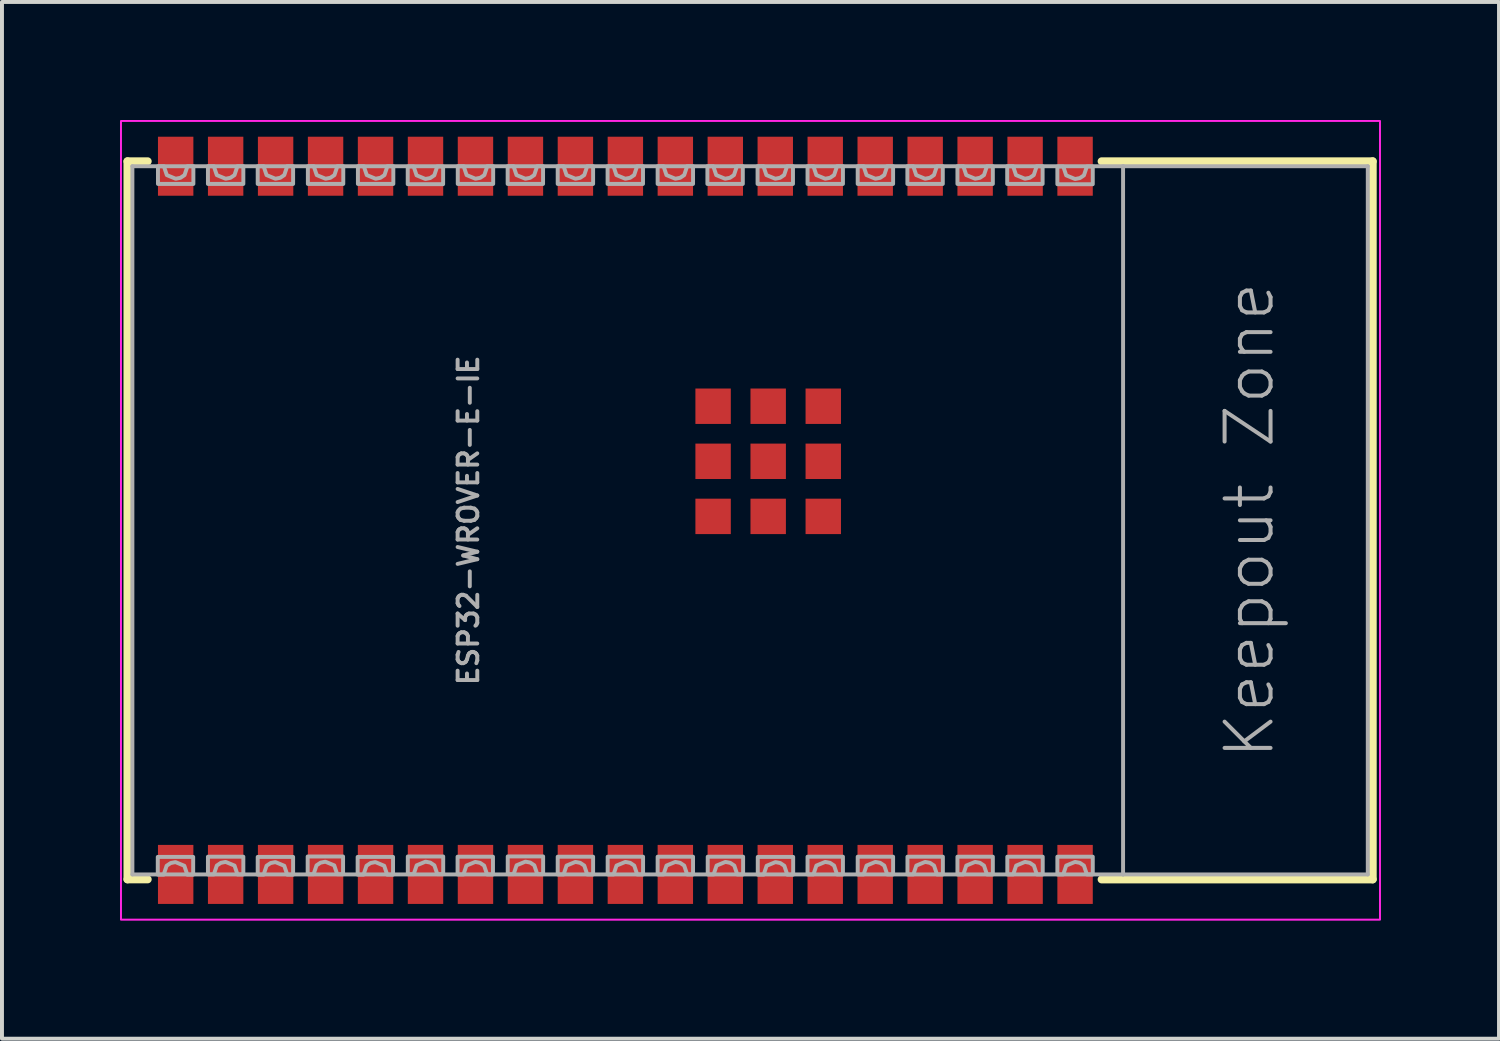
<source format=kicad_pcb>
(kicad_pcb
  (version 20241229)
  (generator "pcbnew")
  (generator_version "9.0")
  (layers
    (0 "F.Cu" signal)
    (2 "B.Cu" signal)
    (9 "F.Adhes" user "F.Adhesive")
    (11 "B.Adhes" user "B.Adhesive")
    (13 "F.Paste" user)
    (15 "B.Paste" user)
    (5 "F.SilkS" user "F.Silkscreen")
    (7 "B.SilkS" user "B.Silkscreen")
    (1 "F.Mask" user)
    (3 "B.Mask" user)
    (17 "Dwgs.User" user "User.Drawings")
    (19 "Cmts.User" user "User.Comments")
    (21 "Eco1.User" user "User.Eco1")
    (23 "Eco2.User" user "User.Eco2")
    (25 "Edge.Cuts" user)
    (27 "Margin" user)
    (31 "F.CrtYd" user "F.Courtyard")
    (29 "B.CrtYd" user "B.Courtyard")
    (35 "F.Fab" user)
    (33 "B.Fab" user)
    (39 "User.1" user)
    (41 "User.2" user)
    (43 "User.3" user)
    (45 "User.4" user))
  (footprint "ESP32-WROVER-E-IE"
    (layer "F.Cu")
    (at 16.475 10.175)
    (property "Reference" "ESP32-WROVER-E-IE" (at -7.62 0 90) (layer "F.Fab") (effects (font (size 0.5 0.5) (thickness 0.1) (bold yes))))
    (attr smd)
    (fp_line (start -16.285 -9.125) (end -15.771 -9.125) (stroke (width 0.203) (type solid)) (layer "F.SilkS"))
    (fp_line (start -16.285 9.125) (end -16.285 -9.125) (stroke (width 0.203) (type solid)) (layer "F.SilkS"))
    (fp_line (start -16.285 9.125) (end -15.771 9.125) (stroke (width 0.203) (type solid)) (layer "F.SilkS"))
    (fp_line (start 8.475 -9.125) (end 15.365 -9.125) (stroke (width 0.203) (type solid)) (layer "F.SilkS"))
    (fp_line (start 8.475 9.127) (end 15.365 9.127) (stroke (width 0.203) (type solid)) (layer "F.SilkS"))
    (fp_line (start 15.365 -9.125) (end 15.365 9.125) (stroke (width 0.203) (type solid)) (layer "F.SilkS"))
    (fp_poly (pts (xy -15.56 -8.205) (xy -14.56 -8.205) (xy -14.56 -10.005) (xy -15.56 -10.005)) (stroke (width 0) (type default)) (fill yes) (layer "F.Paste"))
    (fp_poly (pts (xy -14.56 8.2) (xy -15.56 8.2) (xy -15.56 10) (xy -14.56 10)) (stroke (width 0) (type default)) (fill yes) (layer "F.Paste"))
    (fp_poly (pts (xy -14.29 -8.2) (xy -13.29 -8.2) (xy -13.29 -10) (xy -14.29 -10)) (stroke (width 0) (type default)) (fill yes) (layer "F.Paste"))
    (fp_poly (pts (xy -13.29 8.2) (xy -14.29 8.2) (xy -14.29 10) (xy -13.29 10)) (stroke (width 0) (type default)) (fill yes) (layer "F.Paste"))
    (fp_poly (pts (xy -13.025 -8.2) (xy -12.025 -8.2) (xy -12.025 -10) (xy -13.025 -10)) (stroke (width 0) (type default)) (fill yes) (layer "F.Paste"))
    (fp_poly (pts (xy -12.02 8.2) (xy -13.02 8.2) (xy -13.02 10) (xy -12.02 10)) (stroke (width 0) (type default)) (fill yes) (layer "F.Paste"))
    (fp_poly (pts (xy -11.75 -8.2) (xy -10.75 -8.2) (xy -10.75 -10) (xy -11.75 -10)) (stroke (width 0) (type default)) (fill yes) (layer "F.Paste"))
    (fp_poly (pts (xy -10.75 8.2) (xy -11.75 8.2) (xy -11.75 10) (xy -10.75 10)) (stroke (width 0) (type default)) (fill yes) (layer "F.Paste"))
    (fp_poly (pts (xy -10.475 -8.2) (xy -9.475 -8.2) (xy -9.475 -10) (xy -10.475 -10)) (stroke (width 0) (type default)) (fill yes) (layer "F.Paste"))
    (fp_poly (pts (xy -9.48 8.2) (xy -10.48 8.2) (xy -10.48 10) (xy -9.48 10)) (stroke (width 0) (type default)) (fill yes) (layer "F.Paste"))
    (fp_poly (pts (xy -9.21 -8.2) (xy -8.21 -8.2) (xy -8.21 -10) (xy -9.21 -10)) (stroke (width 0) (type default)) (fill yes) (layer "F.Paste"))
    (fp_poly (pts (xy -8.21 8.2) (xy -9.21 8.2) (xy -9.21 10) (xy -8.21 10)) (stroke (width 0) (type default)) (fill yes) (layer "F.Paste"))
    (fp_poly (pts (xy -7.94 -8.2) (xy -6.94 -8.2) (xy -6.94 -10) (xy -7.94 -10)) (stroke (width 0) (type default)) (fill yes) (layer "F.Paste"))
    (fp_poly (pts (xy -6.94 8.2) (xy -7.94 8.2) (xy -7.94 10) (xy -6.94 10)) (stroke (width 0) (type default)) (fill yes) (layer "F.Paste"))
    (fp_poly (pts (xy -6.675 -8.2) (xy -5.675 -8.2) (xy -5.675 -10) (xy -6.675 -10)) (stroke (width 0) (type default)) (fill yes) (layer "F.Paste"))
    (fp_poly (pts (xy -5.675 8.2) (xy -6.675 8.2) (xy -6.675 10) (xy -5.675 10)) (stroke (width 0) (type default)) (fill yes) (layer "F.Paste"))
    (fp_poly (pts (xy -5.4 -8.2) (xy -4.4 -8.2) (xy -4.4 -10) (xy -5.4 -10)) (stroke (width 0) (type default)) (fill yes) (layer "F.Paste"))
    (fp_poly (pts (xy -4.4 8.2) (xy -5.4 8.2) (xy -5.4 10) (xy -4.4 10)) (stroke (width 0) (type default)) (fill yes) (layer "F.Paste"))
    (fp_poly (pts (xy -4.13 -8.2) (xy -3.13 -8.2) (xy -3.13 -10) (xy -4.13 -10)) (stroke (width 0) (type default)) (fill yes) (layer "F.Paste"))
    (fp_poly (pts (xy -3.125 8.2) (xy -4.125 8.2) (xy -4.125 10) (xy -3.125 10)) (stroke (width 0) (type default)) (fill yes) (layer "F.Paste"))
    (fp_poly (pts (xy -2.86 -8.2) (xy -1.86 -8.2) (xy -1.86 -10) (xy -2.86 -10)) (stroke (width 0) (type default)) (fill yes) (layer "F.Paste"))
    (fp_poly (pts (xy -1.86 8.2) (xy -2.86 8.2) (xy -2.86 10) (xy -1.86 10)) (stroke (width 0) (type default)) (fill yes) (layer "F.Paste"))
    (fp_poly (pts (xy -1.59 -8.2) (xy -0.59 -8.2) (xy -0.59 -10) (xy -1.59 -10)) (stroke (width 0) (type default)) (fill yes) (layer "F.Paste"))
    (fp_poly (pts (xy -0.59 8.2) (xy -1.59 8.2) (xy -1.59 10) (xy -0.59 10)) (stroke (width 0) (type default)) (fill yes) (layer "F.Paste"))
    (fp_poly (pts (xy -0.32 -8.2) (xy 0.68 -8.2) (xy 0.68 -10) (xy -0.32 -10)) (stroke (width 0) (type default)) (fill yes) (layer "F.Paste"))
    (fp_poly (pts (xy 0.68 8.2) (xy -0.32 8.2) (xy -0.32 10) (xy 0.68 10)) (stroke (width 0) (type default)) (fill yes) (layer "F.Paste"))
    (fp_poly (pts (xy 0.95 -8.2) (xy 1.95 -8.2) (xy 1.95 -10) (xy 0.95 -10)) (stroke (width 0) (type default)) (fill yes) (layer "F.Paste"))
    (fp_poly (pts (xy 1.95 8.2) (xy 0.95 8.2) (xy 0.95 10) (xy 1.95 10)) (stroke (width 0) (type default)) (fill yes) (layer "F.Paste"))
    (fp_poly (pts (xy 2.225 -8.2) (xy 3.225 -8.2) (xy 3.225 -10) (xy 2.225 -10)) (stroke (width 0) (type default)) (fill yes) (layer "F.Paste"))
    (fp_poly (pts (xy 3.225 8.2) (xy 2.225 8.2) (xy 2.225 10) (xy 3.225 10)) (stroke (width 0) (type default)) (fill yes) (layer "F.Paste"))
    (fp_poly (pts (xy 3.49 -8.2) (xy 4.49 -8.2) (xy 4.49 -10) (xy 3.49 -10)) (stroke (width 0) (type default)) (fill yes) (layer "F.Paste"))
    (fp_poly (pts (xy 4.49 8.2) (xy 3.49 8.2) (xy 3.49 10) (xy 4.49 10)) (stroke (width 0) (type default)) (fill yes) (layer "F.Paste"))
    (fp_poly (pts (xy 4.76 -8.2) (xy 5.76 -8.2) (xy 5.76 -10) (xy 4.76 -10)) (stroke (width 0) (type default)) (fill yes) (layer "F.Paste"))
    (fp_poly (pts (xy 5.76 8.2) (xy 4.76 8.2) (xy 4.76 10) (xy 5.76 10)) (stroke (width 0) (type default)) (fill yes) (layer "F.Paste"))
    (fp_poly (pts (xy 6.025 -8.2) (xy 7.025 -8.2) (xy 7.025 -10) (xy 6.025 -10)) (stroke (width 0) (type default)) (fill yes) (layer "F.Paste"))
    (fp_poly (pts (xy 7.025 8.2) (xy 6.025 8.2) (xy 6.025 10) (xy 7.025 10)) (stroke (width 0) (type default)) (fill yes) (layer "F.Paste"))
    (fp_poly (pts (xy 7.3 -8.2) (xy 8.3 -8.2) (xy 8.3 -10) (xy 7.3 -10)) (stroke (width 0) (type default)) (fill yes) (layer "F.Paste"))
    (fp_poly (pts (xy 8.3 8.2) (xy 7.3 8.2) (xy 7.3 10) (xy 8.3 10)) (stroke (width 0) (type default)) (fill yes) (layer "F.Paste"))
    (fp_rect (start 15.55 -10.15) (end -16.45 10.15) (stroke (width 0.05) (type default)) (fill no) (layer "F.CrtYd"))
    (fp_line (start -16.16 -9) (end 9.02 -9) (stroke (width 0.1) (type solid)) (layer "F.Fab"))
    (fp_line (start -16.16 9) (end -16.16 -9) (stroke (width 0.1) (type solid)) (layer "F.Fab"))
    (fp_line (start 9.02 -9) (end 15.24 -9) (stroke (width 0.1) (type solid)) (layer "F.Fab"))
    (fp_line (start 9.02 9) (end -16.16 9) (stroke (width 0.1) (type solid)) (layer "F.Fab"))
    (fp_line (start 9.02 9) (end 9.02 -9) (stroke (width 0.1) (type solid)) (layer "F.Fab"))
    (fp_line (start 15.24 -9) (end 15.24 9) (stroke (width 0.1) (type solid)) (layer "F.Fab"))
    (fp_line (start 15.24 9) (end 9.02 9) (stroke (width 0.1) (type solid)) (layer "F.Fab"))
    (fp_poly (pts (xy -15.51 -8.55) (xy -15.51 -9) (xy -15.36 -9) (xy -15.285 -8.775) (xy -15.06 -8.682) (xy -14.938 -8.706) (xy -14.835 -8.775) (xy -14.76 -9) (xy -14.76 -9) (xy -14.61 -9) (xy -14.61 -8.55)) (stroke (width 0.1) (type default)) (fill no) (layer "F.Fab"))
    (fp_poly (pts (xy -14.615 8.555) (xy -14.615 9.005) (xy -14.765 9.005) (xy -14.84 8.78) (xy -14.84 8.78) (xy -15.065 8.687) (xy -15.187 8.711) (xy -15.29 8.78) (xy -15.365 9.005) (xy -15.515 9.005) (xy -15.515 8.555)) (stroke (width 0.1) (type default)) (fill no) (layer "F.Fab"))
    (fp_poly (pts (xy -14.24 -8.55) (xy -14.24 -9) (xy -14.09 -9) (xy -14.015 -8.775) (xy -13.79 -8.682) (xy -13.668 -8.706) (xy -13.565 -8.775) (xy -13.49 -9) (xy -13.49 -9) (xy -13.34 -9) (xy -13.34 -8.55)) (stroke (width 0.1) (type default)) (fill no) (layer "F.Fab"))
    (fp_poly (pts (xy -13.34 8.55) (xy -13.34 9) (xy -13.49 9) (xy -13.565 8.775) (xy -13.565 8.775) (xy -13.79 8.682) (xy -13.912 8.706) (xy -14.015 8.775) (xy -14.09 9) (xy -14.24 9) (xy -14.24 8.55)) (stroke (width 0.1) (type default)) (fill no) (layer "F.Fab"))
    (fp_poly (pts (xy -12.975 -8.55) (xy -12.975 -9) (xy -12.825 -9) (xy -12.75 -8.775) (xy -12.525 -8.682) (xy -12.403 -8.706) (xy -12.3 -8.775) (xy -12.225 -9) (xy -12.225 -9) (xy -12.075 -9) (xy -12.075 -8.55)) (stroke (width 0.1) (type default)) (fill no) (layer "F.Fab"))
    (fp_poly (pts (xy -12.075 8.555) (xy -12.075 9.005) (xy -12.225 9.005) (xy -12.3 8.78) (xy -12.3 8.78) (xy -12.525 8.687) (xy -12.647 8.711) (xy -12.75 8.78) (xy -12.825 9.005) (xy -12.975 9.005) (xy -12.975 8.555)) (stroke (width 0.1) (type default)) (fill no) (layer "F.Fab"))
    (fp_poly (pts (xy -11.7 -8.55) (xy -11.7 -9) (xy -11.55 -9) (xy -11.475 -8.775) (xy -11.25 -8.682) (xy -11.128 -8.706) (xy -11.025 -8.775) (xy -10.95 -9) (xy -10.95 -9) (xy -10.8 -9) (xy -10.8 -8.55)) (stroke (width 0.1) (type default)) (fill no) (layer "F.Fab"))
    (fp_poly (pts (xy -10.805 8.545) (xy -10.805 8.995) (xy -10.955 8.995) (xy -11.03 8.77) (xy -11.03 8.77) (xy -11.255 8.677) (xy -11.377 8.701) (xy -11.48 8.77) (xy -11.555 8.995) (xy -11.705 8.995) (xy -11.705 8.545)) (stroke (width 0.1) (type default)) (fill no) (layer "F.Fab"))
    (fp_poly (pts (xy -10.428 -8.55) (xy -10.428 -9) (xy -10.278 -9) (xy -10.203 -8.775) (xy -9.978 -8.682) (xy -9.856 -8.706) (xy -9.753 -8.775) (xy -9.678 -9) (xy -9.678 -9) (xy -9.528 -9) (xy -9.528 -8.55)) (stroke (width 0.1) (type default)) (fill no) (layer "F.Fab"))
    (fp_poly (pts (xy -9.535 8.555) (xy -9.535 9.005) (xy -9.685 9.005) (xy -9.76 8.78) (xy -9.76 8.78) (xy -9.985 8.687) (xy -10.107 8.711) (xy -10.21 8.78) (xy -10.285 9.005) (xy -10.435 9.005) (xy -10.435 8.555)) (stroke (width 0.1) (type default)) (fill no) (layer "F.Fab"))
    (fp_poly (pts (xy -8.937 -8.769) (xy -8.937 -8.769) (xy -8.712 -8.676) (xy -8.59 -8.7) (xy -8.487 -8.769) (xy -8.412 -8.994) (xy -8.262 -8.994) (xy -8.262 -8.544) (xy -9.162 -8.544) (xy -9.162 -8.994) (xy -9.012 -8.994)) (stroke (width 0.1) (type default)) (fill no) (layer "F.Fab"))
    (fp_poly (pts (xy -8.26 8.994) (xy -8.41 8.994) (xy -8.485 8.769) (xy -8.588 8.7) (xy -8.71 8.676) (xy -8.935 8.769) (xy -8.935 8.769) (xy -9.01 8.994) (xy -9.16 8.994) (xy -9.16 8.544) (xy -8.26 8.544)) (stroke (width 0.1) (type default)) (fill no) (layer "F.Fab"))
    (fp_poly (pts (xy -7.665 -8.775) (xy -7.665 -8.775) (xy -7.44 -8.682) (xy -7.318 -8.706) (xy -7.215 -8.775) (xy -7.14 -9) (xy -6.99 -9) (xy -6.99 -8.55) (xy -7.89 -8.55) (xy -7.89 -9) (xy -7.74 -9)) (stroke (width 0.1) (type default)) (fill no) (layer "F.Fab"))
    (fp_poly (pts (xy -6.995 9) (xy -7.145 9) (xy -7.22 8.775) (xy -7.323 8.706) (xy -7.445 8.682) (xy -7.67 8.775) (xy -7.67 8.775) (xy -7.745 9) (xy -7.895 9) (xy -7.895 8.55) (xy -6.995 8.55)) (stroke (width 0.1) (type default)) (fill no) (layer "F.Fab"))
    (fp_poly (pts (xy -6.397 -8.775) (xy -6.397 -8.775) (xy -6.172 -8.682) (xy -6.05 -8.706) (xy -5.947 -8.775) (xy -5.872 -9) (xy -5.722 -9) (xy -5.722 -8.55) (xy -6.622 -8.55) (xy -6.622 -9) (xy -6.472 -9)) (stroke (width 0.1) (type default)) (fill no) (layer "F.Fab"))
    (fp_poly (pts (xy -5.72 8.993) (xy -5.87 8.993) (xy -5.945 8.768) (xy -6.048 8.699) (xy -6.17 8.675) (xy -6.395 8.768) (xy -6.395 8.768) (xy -6.47 8.993) (xy -6.62 8.993) (xy -6.62 8.543) (xy -5.72 8.543)) (stroke (width 0.1) (type default)) (fill no) (layer "F.Fab"))
    (fp_poly (pts (xy -5.125 -8.775) (xy -5.125 -8.775) (xy -4.9 -8.682) (xy -4.778 -8.706) (xy -4.675 -8.775) (xy -4.6 -9) (xy -4.45 -9) (xy -4.45 -8.55) (xy -5.35 -8.55) (xy -5.35 -9) (xy -5.2 -9)) (stroke (width 0.1) (type default)) (fill no) (layer "F.Fab"))
    (fp_poly (pts (xy -4.45 9) (xy -4.6 9) (xy -4.675 8.775) (xy -4.778 8.706) (xy -4.9 8.682) (xy -5.125 8.775) (xy -5.125 8.775) (xy -5.2 9) (xy -5.35 9) (xy -5.35 8.55) (xy -4.45 8.55)) (stroke (width 0.1) (type default)) (fill no) (layer "F.Fab"))
    (fp_poly (pts (xy -3.857 -8.775) (xy -3.857 -8.775) (xy -3.632 -8.682) (xy -3.51 -8.706) (xy -3.407 -8.775) (xy -3.332 -9) (xy -3.182 -9) (xy -3.182 -8.55) (xy -4.082 -8.55) (xy -4.082 -9) (xy -3.932 -9)) (stroke (width 0.1) (type default)) (fill no) (layer "F.Fab"))
    (fp_poly (pts (xy -3.18 9) (xy -3.33 9) (xy -3.405 8.775) (xy -3.508 8.706) (xy -3.63 8.682) (xy -3.855 8.775) (xy -3.855 8.775) (xy -3.93 9) (xy -4.08 9) (xy -4.08 8.55) (xy -3.18 8.55)) (stroke (width 0.1) (type default)) (fill no) (layer "F.Fab"))
    (fp_poly (pts (xy -2.585 -8.775) (xy -2.585 -8.775) (xy -2.36 -8.682) (xy -2.238 -8.706) (xy -2.135 -8.775) (xy -2.06 -9) (xy -1.91 -9) (xy -1.91 -8.55) (xy -2.81 -8.55) (xy -2.81 -9) (xy -2.66 -9)) (stroke (width 0.1) (type default)) (fill no) (layer "F.Fab"))
    (fp_poly (pts (xy -1.91 9) (xy -2.06 9) (xy -2.135 8.775) (xy -2.238 8.706) (xy -2.36 8.682) (xy -2.585 8.775) (xy -2.585 8.775) (xy -2.66 9) (xy -2.81 9) (xy -2.81 8.55) (xy -1.91 8.55)) (stroke (width 0.1) (type default)) (fill no) (layer "F.Fab"))
    (fp_poly (pts (xy -1.32 -8.775) (xy -1.32 -8.775) (xy -1.095 -8.682) (xy -0.973 -8.706) (xy -0.87 -8.775) (xy -0.795 -9) (xy -0.645 -9) (xy -0.645 -8.55) (xy -1.545 -8.55) (xy -1.545 -9) (xy -1.395 -9)) (stroke (width 0.1) (type default)) (fill no) (layer "F.Fab"))
    (fp_poly (pts (xy -0.637 9) (xy -0.787 9) (xy -0.862 8.775) (xy -0.965 8.706) (xy -1.087 8.682) (xy -1.312 8.775) (xy -1.312 8.775) (xy -1.387 9) (xy -1.537 9) (xy -1.537 8.55) (xy -0.637 8.55)) (stroke (width 0.1) (type default)) (fill no) (layer "F.Fab"))
    (fp_poly (pts (xy -0.045 -8.775) (xy -0.045 -8.775) (xy 0.18 -8.682) (xy 0.301 -8.706) (xy 0.405 -8.775) (xy 0.48 -9) (xy 0.63 -9) (xy 0.63 -8.55) (xy -0.27 -8.55) (xy -0.27 -9) (xy -0.12 -9)) (stroke (width 0.1) (type default)) (fill no) (layer "F.Fab"))
    (fp_poly (pts (xy 0.635 9.005) (xy 0.485 9.005) (xy 0.41 8.78) (xy 0.307 8.711) (xy 0.185 8.687) (xy -0.04 8.78) (xy -0.04 8.78) (xy -0.115 9.005) (xy -0.265 9.005) (xy -0.265 8.555) (xy 0.635 8.555)) (stroke (width 0.1) (type default)) (fill no) (layer "F.Fab"))
    (fp_poly (pts (xy 1.75 -9) (xy 1.9 -9) (xy 1.9 -8.55) (xy 1 -8.55) (xy 1 -9) (xy 1.15 -9) (xy 1.225 -8.775) (xy 1.45 -8.682) (xy 1.572 -8.706) (xy 1.675 -8.775) (xy 1.75 -9)) (stroke (width 0.1) (type default)) (fill no) (layer "F.Fab"))
    (fp_poly (pts (xy 1.9 9) (xy 1.75 9) (xy 1.75 9) (xy 1.675 8.775) (xy 1.572 8.706) (xy 1.45 8.682) (xy 1.225 8.775) (xy 1.15 9) (xy 1 9) (xy 1 8.55) (xy 1.9 8.55)) (stroke (width 0.1) (type default)) (fill no) (layer "F.Fab"))
    (fp_poly (pts (xy 3.025 -9) (xy 3.175 -9) (xy 3.175 -8.55) (xy 2.275 -8.55) (xy 2.275 -9) (xy 2.425 -9) (xy 2.5 -8.775) (xy 2.725 -8.682) (xy 2.847 -8.706) (xy 2.95 -8.775) (xy 3.025 -9)) (stroke (width 0.1) (type default)) (fill no) (layer "F.Fab"))
    (fp_poly (pts (xy 3.175 9) (xy 3.025 9) (xy 3.025 9) (xy 2.95 8.775) (xy 2.847 8.706) (xy 2.725 8.682) (xy 2.5 8.775) (xy 2.425 9) (xy 2.275 9) (xy 2.275 8.55) (xy 3.175 8.55)) (stroke (width 0.1) (type default)) (fill no) (layer "F.Fab"))
    (fp_poly (pts (xy 4.288 -9) (xy 4.438 -9) (xy 4.438 -8.55) (xy 3.538 -8.55) (xy 3.538 -9) (xy 3.688 -9) (xy 3.763 -8.775) (xy 3.988 -8.682) (xy 4.11 -8.706) (xy 4.213 -8.775) (xy 4.288 -9)) (stroke (width 0.1) (type default)) (fill no) (layer "F.Fab"))
    (fp_poly (pts (xy 4.44 9) (xy 4.29 9) (xy 4.29 9) (xy 4.215 8.775) (xy 4.112 8.706) (xy 3.99 8.682) (xy 3.765 8.775) (xy 3.69 9) (xy 3.54 9) (xy 3.54 8.55) (xy 4.44 8.55)) (stroke (width 0.1) (type default)) (fill no) (layer "F.Fab"))
    (fp_poly (pts (xy 5.56 -9) (xy 5.71 -9) (xy 5.71 -8.55) (xy 4.81 -8.55) (xy 4.81 -9) (xy 4.96 -9) (xy 5.035 -8.775) (xy 5.26 -8.682) (xy 5.382 -8.706) (xy 5.485 -8.775) (xy 5.56 -9)) (stroke (width 0.1) (type default)) (fill no) (layer "F.Fab"))
    (fp_poly (pts (xy 5.71 9) (xy 5.56 9) (xy 5.56 9) (xy 5.485 8.775) (xy 5.382 8.706) (xy 5.26 8.682) (xy 5.035 8.775) (xy 4.96 9) (xy 4.81 9) (xy 4.81 8.55) (xy 5.71 8.55)) (stroke (width 0.1) (type default)) (fill no) (layer "F.Fab"))
    (fp_poly (pts (xy 6.825 -9) (xy 6.975 -9) (xy 6.975 -8.55) (xy 6.075 -8.55) (xy 6.075 -9) (xy 6.225 -9) (xy 6.3 -8.775) (xy 6.525 -8.682) (xy 6.647 -8.706) (xy 6.75 -8.775) (xy 6.825 -9)) (stroke (width 0.1) (type default)) (fill no) (layer "F.Fab"))
    (fp_poly (pts (xy 6.978 9) (xy 6.828 9) (xy 6.828 9) (xy 6.753 8.775) (xy 6.65 8.706) (xy 6.528 8.682) (xy 6.303 8.775) (xy 6.228 9) (xy 6.078 9) (xy 6.078 8.55) (xy 6.978 8.55)) (stroke (width 0.1) (type default)) (fill no) (layer "F.Fab"))
    (fp_poly (pts (xy 8.1 -8.993) (xy 8.25 -8.993) (xy 8.25 -8.543) (xy 7.35 -8.543) (xy 7.35 -8.993) (xy 7.5 -8.993) (xy 7.575 -8.768) (xy 7.8 -8.675) (xy 7.922 -8.699) (xy 8.025 -8.768) (xy 8.1 -8.993)) (stroke (width 0.1) (type default)) (fill no) (layer "F.Fab"))
    (fp_poly (pts (xy 8.25 9) (xy 8.1 9) (xy 8.1 9) (xy 8.025 8.775) (xy 7.922 8.706) (xy 7.8 8.682) (xy 7.575 8.775) (xy 7.5 9) (xy 7.35 9) (xy 7.35 8.55) (xy 8.25 8.55)) (stroke (width 0.1) (type default)) (fill no) (layer "F.Fab"))
    (fp_text user "Keepout Zone" (at 11.55 0 90) (layer "F.Fab") (effects (font (size 1.168 1.168) (thickness 0.102)) (justify top)))
    (pad "1" smd rect (at 7.8 -9) (size 0.9 1.5) (layers "F.Cu" "F.Mask"))
    (pad "2" smd rect (at 6.53 -9) (size 0.9 1.5) (layers "F.Cu" "F.Mask"))
    (pad "3" smd rect (at 5.26 -9) (size 0.9 1.5) (layers "F.Cu" "F.Mask"))
    (pad "4" smd rect (at 3.99 -9) (size 0.9 1.5) (layers "F.Cu" "F.Mask"))
    (pad "5" smd rect (at 2.72 -9) (size 0.9 1.5) (layers "F.Cu" "F.Mask"))
    (pad "6" smd rect (at 1.45 -9) (size 0.9 1.5) (layers "F.Cu" "F.Mask"))
    (pad "7" smd rect (at 0.18 -9) (size 0.9 1.5) (layers "F.Cu" "F.Mask"))
    (pad "8" smd rect (at -1.09 -9) (size 0.9 1.5) (layers "F.Cu" "F.Mask"))
    (pad "9" smd rect (at -2.36 -9) (size 0.9 1.5) (layers "F.Cu" "F.Mask"))
    (pad "10" smd rect (at -3.63 -9) (size 0.9 1.5) (layers "F.Cu" "F.Mask"))
    (pad "11" smd rect (at -4.9 -9) (size 0.9 1.5) (layers "F.Cu" "F.Mask"))
    (pad "12" smd rect (at -6.17 -9) (size 0.9 1.5) (layers "F.Cu" "F.Mask"))
    (pad "13" smd rect (at -7.44 -9) (size 0.9 1.5) (layers "F.Cu" "F.Mask"))
    (pad "14" smd rect (at -8.71 -9) (size 0.9 1.5) (layers "F.Cu" "F.Mask"))
    (pad "15" smd rect (at -9.98 -9) (size 0.9 1.5) (layers "F.Cu" "F.Mask"))
    (pad "16" smd rect (at -11.25 -9) (size 0.9 1.5) (layers "F.Cu" "F.Mask"))
    (pad "17" smd rect (at -12.52 -9) (size 0.9 1.5) (layers "F.Cu" "F.Mask"))
    (pad "18" smd rect (at -13.79 -9) (size 0.9 1.5) (layers "F.Cu" "F.Mask"))
    (pad "19" smd rect (at -15.06 -9) (size 0.9 1.5) (layers "F.Cu" "F.Mask"))
    (pad "20" smd rect (at -15.06 9) (size 0.9 1.5) (layers "F.Cu" "F.Mask"))
    (pad "21" smd rect (at -13.79 9) (size 0.9 1.5) (layers "F.Cu" "F.Mask"))
    (pad "22" smd rect (at -12.52 9) (size 0.9 1.5) (layers "F.Cu" "F.Mask"))
    (pad "23" smd rect (at -11.25 9) (size 0.9 1.5) (layers "F.Cu" "F.Mask"))
    (pad "24" smd rect (at -9.98 9) (size 0.9 1.5) (layers "F.Cu" "F.Mask"))
    (pad "25" smd rect (at -8.71 9) (size 0.9 1.5) (layers "F.Cu" "F.Mask"))
    (pad "26" smd rect (at -7.44 9) (size 0.9 1.5) (layers "F.Cu" "F.Mask"))
    (pad "27" smd rect (at -6.17 9) (size 0.9 1.5) (layers "F.Cu" "F.Mask"))
    (pad "28" smd rect (at -4.9 9) (size 0.9 1.5) (layers "F.Cu" "F.Mask"))
    (pad "29" smd rect (at -3.63 9) (size 0.9 1.5) (layers "F.Cu" "F.Mask"))
    (pad "30" smd rect (at -2.36 9) (size 0.9 1.5) (layers "F.Cu" "F.Mask"))
    (pad "31" smd rect (at -1.09 9) (size 0.9 1.5) (layers "F.Cu" "F.Mask"))
    (pad "32" smd rect (at 0.18 9) (size 0.9 1.5) (layers "F.Cu" "F.Mask"))
    (pad "33" smd rect (at 1.45 9) (size 0.9 1.5) (layers "F.Cu" "F.Mask"))
    (pad "34" smd rect (at 2.72 9) (size 0.9 1.5) (layers "F.Cu" "F.Mask"))
    (pad "35" smd rect (at 3.99 9) (size 0.9 1.5) (layers "F.Cu" "F.Mask"))
    (pad "36" smd rect (at 5.26 9) (size 0.9 1.5) (layers "F.Cu" "F.Mask"))
    (pad "37" smd rect (at 6.53 9) (size 0.9 1.5) (layers "F.Cu" "F.Mask"))
    (pad "38" smd rect (at 7.8 9) (size 0.9 1.5) (layers "F.Cu" "F.Mask"))
    (pad "39.1" smd rect (at 1.4 -2.9) (size 0.9 0.9) (layers "F.Cu" "F.Mask" "F.Paste"))
    (pad "39.2" smd rect (at 0 -2.9) (size 0.9 0.9) (layers "F.Cu" "F.Mask" "F.Paste"))
    (pad "39.3" smd rect (at -1.4 -2.9) (size 0.9 0.9) (layers "F.Cu" "F.Mask" "F.Paste"))
    (pad "39.4" smd rect (at -1.4 -1.5) (size 0.9 0.9) (layers "F.Cu" "F.Mask" "F.Paste"))
    (pad "39.5" smd rect (at -1.4 -0.1) (size 0.9 0.9) (layers "F.Cu" "F.Mask" "F.Paste"))
    (pad "39.6" smd rect (at 0 -0.1) (size 0.9 0.9) (layers "F.Cu" "F.Mask" "F.Paste"))
    (pad "39.7" smd rect (at 1.4 -0.1) (size 0.9 0.9) (layers "F.Cu" "F.Mask" "F.Paste"))
    (pad "39.8" smd rect (at 1.4 -1.5) (size 0.9 0.9) (layers "F.Cu" "F.Mask" "F.Paste"))
    (pad "39.9" smd rect (at 0 -1.5) (size 0.9 0.9) (layers "F.Cu" "F.Mask" "F.Paste")))
  (gr_rect
    (start -3 -3)
    (end 35.05 23.35)
    (stroke (width 0.1) (type default))
    (fill no)
    (layer "Edge.Cuts")))
</source>
